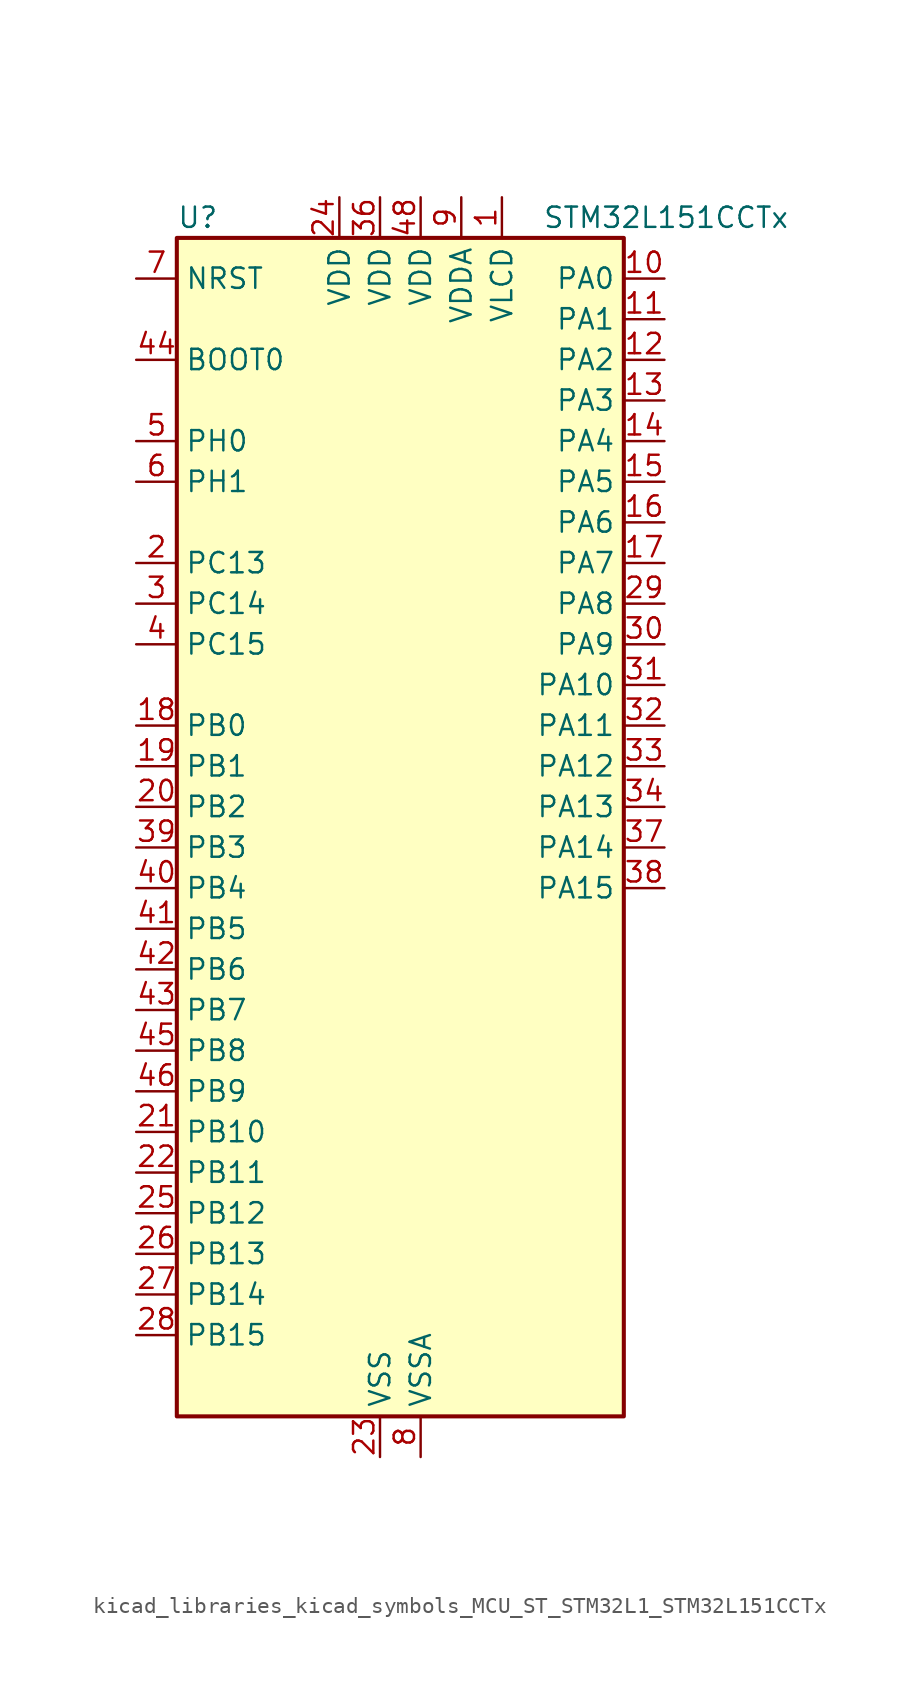
<source format=kicad_sym>
(kicad_symbol_lib
  (version 20220914)
  (generator kicad_symbol_editor)
  (symbol "kicad_libraries_kicad_symbols_MCU_ST_STM32L1_STM32L151CCTx"
    (property "Reference" "U"
      (at -12.7 39.37 0)
      (effects (font (size 1.27 1.27)) (justify left)))
    (property "Value" "STM32L151CCTx"
      (at 10.16 39.37 0)
      (effects (font (size 1.27 1.27)) (justify left)))
    (property "ki_locked" ""
      (at 0 0 0)
      (effects (font (size 1.27 1.27))))
    (symbol "kicad_libraries_kicad_symbols_MCU_ST_STM32L1_STM32L151CCTx_0_1"
      (rectangle (start -12.7 -35.56) (end 15.24 38.1) (stroke (width 0.254) (type default)) (fill (type background))))
    (symbol "kicad_libraries_kicad_symbols_MCU_ST_STM32L1_STM32L151CCTx_1_1"
      (pin power_in line (at 7.62 40.64 270) (length 2.54) (name "VLCD" (effects (font (size 1.27 1.27)))) (number "1" (effects (font (size 1.27 1.27)))))
      (pin bidirectional line (at 17.78 35.56 180) (length 2.54) (name "PA0" (effects (font (size 1.27 1.27)))) (number "10" (effects (font (size 1.27 1.27)))) (alternate "ADC_IN0" bidirectional line) (alternate "COMP1_INP" bidirectional line) (alternate "RTC_TAMP2" bidirectional line) (alternate "SYS_WKUP1" bidirectional line) (alternate "TIM2_CH1" bidirectional line) (alternate "TIM2_ETR" bidirectional line) (alternate "TIM5_CH1" bidirectional line) (alternate "TIMX_IC1" bidirectional line) (alternate "TS_G1_IO1" bidirectional line) (alternate "USART2_CTS" bidirectional line))
      (pin bidirectional line (at 17.78 33.02 180) (length 2.54) (name "PA1" (effects (font (size 1.27 1.27)))) (number "11" (effects (font (size 1.27 1.27)))) (alternate "ADC_IN1" bidirectional line) (alternate "COMP1_INP" bidirectional line) (alternate "OPAMP1_VINP" bidirectional line) (alternate "TIM2_CH2" bidirectional line) (alternate "TIM5_CH2" bidirectional line) (alternate "TIMX_IC2" bidirectional line) (alternate "TS_G1_IO2" bidirectional line) (alternate "USART2_RTS" bidirectional line))
      (pin bidirectional line (at 17.78 30.48 180) (length 2.54) (name "PA2" (effects (font (size 1.27 1.27)))) (number "12" (effects (font (size 1.27 1.27)))) (alternate "ADC_IN2" bidirectional line) (alternate "COMP1_INP" bidirectional line) (alternate "OPAMP1_VINM" bidirectional line) (alternate "TIM2_CH3" bidirectional line) (alternate "TIM5_CH3" bidirectional line) (alternate "TIM9_CH1" bidirectional line) (alternate "TIMX_IC3" bidirectional line) (alternate "TS_G1_IO3" bidirectional line) (alternate "USART2_TX" bidirectional line))
      (pin bidirectional line (at 17.78 27.94 180) (length 2.54) (name "PA3" (effects (font (size 1.27 1.27)))) (number "13" (effects (font (size 1.27 1.27)))) (alternate "ADC_IN3" bidirectional line) (alternate "COMP1_INP" bidirectional line) (alternate "OPAMP1_VOUT" bidirectional line) (alternate "TIM2_CH4" bidirectional line) (alternate "TIM5_CH4" bidirectional line) (alternate "TIM9_CH2" bidirectional line) (alternate "TIMX_IC4" bidirectional line) (alternate "TS_G1_IO4" bidirectional line) (alternate "USART2_RX" bidirectional line))
      (pin bidirectional line (at 17.78 25.4 180) (length 2.54) (name "PA4" (effects (font (size 1.27 1.27)))) (number "14" (effects (font (size 1.27 1.27)))) (alternate "ADC_IN4" bidirectional line) (alternate "COMP1_INP" bidirectional line) (alternate "DAC_OUT1" bidirectional line) (alternate "I2S3_WS" bidirectional line) (alternate "SPI1_NSS" bidirectional line) (alternate "SPI3_NSS" bidirectional line) (alternate "TIMX_IC1" bidirectional line) (alternate "USART2_CK" bidirectional line))
      (pin bidirectional line (at 17.78 22.86 180) (length 2.54) (name "PA5" (effects (font (size 1.27 1.27)))) (number "15" (effects (font (size 1.27 1.27)))) (alternate "ADC_IN5" bidirectional line) (alternate "COMP1_INP" bidirectional line) (alternate "DAC_OUT2" bidirectional line) (alternate "SPI1_SCK" bidirectional line) (alternate "TIM2_CH1" bidirectional line) (alternate "TIM2_ETR" bidirectional line) (alternate "TIMX_IC2" bidirectional line))
      (pin bidirectional line (at 17.78 20.32 180) (length 2.54) (name "PA6" (effects (font (size 1.27 1.27)))) (number "16" (effects (font (size 1.27 1.27)))) (alternate "ADC_IN6" bidirectional line) (alternate "COMP1_INP" bidirectional line) (alternate "OPAMP2_VINP" bidirectional line) (alternate "SPI1_MISO" bidirectional line) (alternate "TIM10_CH1" bidirectional line) (alternate "TIM3_CH1" bidirectional line) (alternate "TIMX_IC3" bidirectional line) (alternate "TS_G2_IO1" bidirectional line))
      (pin bidirectional line (at 17.78 17.78 180) (length 2.54) (name "PA7" (effects (font (size 1.27 1.27)))) (number "17" (effects (font (size 1.27 1.27)))) (alternate "ADC_IN7" bidirectional line) (alternate "COMP1_INP" bidirectional line) (alternate "OPAMP2_VINM" bidirectional line) (alternate "SPI1_MOSI" bidirectional line) (alternate "TIM11_CH1" bidirectional line) (alternate "TIM3_CH2" bidirectional line) (alternate "TIMX_IC4" bidirectional line) (alternate "TS_G2_IO2" bidirectional line))
      (pin bidirectional line (at -15.24 7.62 0) (length 2.54) (name "PB0" (effects (font (size 1.27 1.27)))) (number "18" (effects (font (size 1.27 1.27)))) (alternate "ADC_IN8" bidirectional line) (alternate "COMP1_INP" bidirectional line) (alternate "OPAMP2_VOUT" bidirectional line) (alternate "SYS_V_REF_OUT" bidirectional line) (alternate "TIM3_CH3" bidirectional line) (alternate "TS_G3_IO1" bidirectional line))
      (pin bidirectional line (at -15.24 5.08 0) (length 2.54) (name "PB1" (effects (font (size 1.27 1.27)))) (number "19" (effects (font (size 1.27 1.27)))) (alternate "ADC_IN9" bidirectional line) (alternate "COMP1_INP" bidirectional line) (alternate "SYS_V_REF_OUT" bidirectional line) (alternate "TIM3_CH4" bidirectional line) (alternate "TS_G3_IO2" bidirectional line))
      (pin bidirectional line (at -15.24 17.78 0) (length 2.54) (name "PC13" (effects (font (size 1.27 1.27)))) (number "2" (effects (font (size 1.27 1.27)))) (alternate "RTC_OUT_ALARM" bidirectional line) (alternate "RTC_OUT_CALIB" bidirectional line) (alternate "RTC_TAMP1" bidirectional line) (alternate "RTC_TS" bidirectional line) (alternate "SYS_WKUP2" bidirectional line) (alternate "TIMX_IC2" bidirectional line))
      (pin bidirectional line (at -15.24 2.54 0) (length 2.54) (name "PB2" (effects (font (size 1.27 1.27)))) (number "20" (effects (font (size 1.27 1.27)))) (alternate "TS_G3_IO3" bidirectional line))
      (pin bidirectional line (at -15.24 -17.78 0) (length 2.54) (name "PB10" (effects (font (size 1.27 1.27)))) (number "21" (effects (font (size 1.27 1.27)))) (alternate "I2C2_SCL" bidirectional line) (alternate "TIM2_CH3" bidirectional line) (alternate "USART3_TX" bidirectional line))
      (pin bidirectional line (at -15.24 -20.32 0) (length 2.54) (name "PB11" (effects (font (size 1.27 1.27)))) (number "22" (effects (font (size 1.27 1.27)))) (alternate "ADC_EXTI11" bidirectional line) (alternate "I2C2_SDA" bidirectional line) (alternate "TIM2_CH4" bidirectional line) (alternate "USART3_RX" bidirectional line))
      (pin power_in line (at 0 -38.1 90) (length 2.54) (name "VSS" (effects (font (size 1.27 1.27)))) (number "23" (effects (font (size 1.27 1.27)))))
      (pin power_in line (at -2.54 40.64 270) (length 2.54) (name "VDD" (effects (font (size 1.27 1.27)))) (number "24" (effects (font (size 1.27 1.27)))))
      (pin bidirectional line (at -15.24 -22.86 0) (length 2.54) (name "PB12" (effects (font (size 1.27 1.27)))) (number "25" (effects (font (size 1.27 1.27)))) (alternate "ADC_IN18" bidirectional line) (alternate "COMP1_INP" bidirectional line) (alternate "I2C2_SMBA" bidirectional line) (alternate "I2S2_WS" bidirectional line) (alternate "SPI2_NSS" bidirectional line) (alternate "TIM10_CH1" bidirectional line) (alternate "TS_G7_IO1" bidirectional line) (alternate "USART3_CK" bidirectional line))
      (pin bidirectional line (at -15.24 -25.4 0) (length 2.54) (name "PB13" (effects (font (size 1.27 1.27)))) (number "26" (effects (font (size 1.27 1.27)))) (alternate "ADC_IN19" bidirectional line) (alternate "COMP1_INP" bidirectional line) (alternate "I2S2_CK" bidirectional line) (alternate "SPI2_SCK" bidirectional line) (alternate "TIM9_CH1" bidirectional line) (alternate "TS_G7_IO2" bidirectional line) (alternate "USART3_CTS" bidirectional line))
      (pin bidirectional line (at -15.24 -27.94 0) (length 2.54) (name "PB14" (effects (font (size 1.27 1.27)))) (number "27" (effects (font (size 1.27 1.27)))) (alternate "ADC_IN20" bidirectional line) (alternate "COMP1_INP" bidirectional line) (alternate "SPI2_MISO" bidirectional line) (alternate "TIM9_CH2" bidirectional line) (alternate "TS_G7_IO3" bidirectional line) (alternate "USART3_RTS" bidirectional line))
      (pin bidirectional line (at -15.24 -30.48 0) (length 2.54) (name "PB15" (effects (font (size 1.27 1.27)))) (number "28" (effects (font (size 1.27 1.27)))) (alternate "ADC_EXTI15" bidirectional line) (alternate "ADC_IN21" bidirectional line) (alternate "COMP1_INP" bidirectional line) (alternate "I2S2_SD" bidirectional line) (alternate "RTC_REFIN" bidirectional line) (alternate "SPI2_MOSI" bidirectional line) (alternate "TIM11_CH1" bidirectional line) (alternate "TS_G7_IO4" bidirectional line))
      (pin bidirectional line (at 17.78 15.24 180) (length 2.54) (name "PA8" (effects (font (size 1.27 1.27)))) (number "29" (effects (font (size 1.27 1.27)))) (alternate "RCC_MCO" bidirectional line) (alternate "TIMX_IC1" bidirectional line) (alternate "TS_G4_IO1" bidirectional line) (alternate "USART1_CK" bidirectional line))
      (pin bidirectional line (at -15.24 15.24 0) (length 2.54) (name "PC14" (effects (font (size 1.27 1.27)))) (number "3" (effects (font (size 1.27 1.27)))) (alternate "RCC_OSC32_IN" bidirectional line) (alternate "TIMX_IC3" bidirectional line))
      (pin bidirectional line (at 17.78 12.7 180) (length 2.54) (name "PA9" (effects (font (size 1.27 1.27)))) (number "30" (effects (font (size 1.27 1.27)))) (alternate "DAC_EXTI9" bidirectional line) (alternate "TIMX_IC2" bidirectional line) (alternate "TS_G4_IO2" bidirectional line) (alternate "USART1_TX" bidirectional line))
      (pin bidirectional line (at 17.78 10.16 180) (length 2.54) (name "PA10" (effects (font (size 1.27 1.27)))) (number "31" (effects (font (size 1.27 1.27)))) (alternate "TIMX_IC3" bidirectional line) (alternate "TS_G4_IO3" bidirectional line) (alternate "USART1_RX" bidirectional line))
      (pin bidirectional line (at 17.78 7.62 180) (length 2.54) (name "PA11" (effects (font (size 1.27 1.27)))) (number "32" (effects (font (size 1.27 1.27)))) (alternate "ADC_EXTI11" bidirectional line) (alternate "SPI1_MISO" bidirectional line) (alternate "TIMX_IC4" bidirectional line) (alternate "USART1_CTS" bidirectional line) (alternate "USB_DM" bidirectional line))
      (pin bidirectional line (at 17.78 5.08 180) (length 2.54) (name "PA12" (effects (font (size 1.27 1.27)))) (number "33" (effects (font (size 1.27 1.27)))) (alternate "SPI1_MOSI" bidirectional line) (alternate "TIMX_IC1" bidirectional line) (alternate "USART1_RTS" bidirectional line) (alternate "USB_DP" bidirectional line))
      (pin bidirectional line (at 17.78 2.54 180) (length 2.54) (name "PA13" (effects (font (size 1.27 1.27)))) (number "34" (effects (font (size 1.27 1.27)))) (alternate "SYS_JTMS-SWDIO" bidirectional line) (alternate "TIMX_IC2" bidirectional line) (alternate "TS_G5_IO1" bidirectional line))
      (pin passive line (at 0 -38.1 90) (length 2.54) hide (name "VSS" (effects (font (size 1.27 1.27)))) (number "35" (effects (font (size 1.27 1.27)))))
      (pin power_in line (at 0 40.64 270) (length 2.54) (name "VDD" (effects (font (size 1.27 1.27)))) (number "36" (effects (font (size 1.27 1.27)))))
      (pin bidirectional line (at 17.78 0 180) (length 2.54) (name "PA14" (effects (font (size 1.27 1.27)))) (number "37" (effects (font (size 1.27 1.27)))) (alternate "SYS_JTCK-SWCLK" bidirectional line) (alternate "TIMX_IC3" bidirectional line) (alternate "TS_G5_IO2" bidirectional line))
      (pin bidirectional line (at 17.78 -2.54 180) (length 2.54) (name "PA15" (effects (font (size 1.27 1.27)))) (number "38" (effects (font (size 1.27 1.27)))) (alternate "ADC_EXTI15" bidirectional line) (alternate "I2S3_WS" bidirectional line) (alternate "SPI1_NSS" bidirectional line) (alternate "SPI3_NSS" bidirectional line) (alternate "SYS_JTDI" bidirectional line) (alternate "TIM2_CH1" bidirectional line) (alternate "TIM2_ETR" bidirectional line) (alternate "TIMX_IC4" bidirectional line) (alternate "TS_G5_IO3" bidirectional line))
      (pin bidirectional line (at -15.24 0 0) (length 2.54) (name "PB3" (effects (font (size 1.27 1.27)))) (number "39" (effects (font (size 1.27 1.27)))) (alternate "COMP2_INM" bidirectional line) (alternate "I2S3_CK" bidirectional line) (alternate "SPI1_SCK" bidirectional line) (alternate "SPI3_SCK" bidirectional line) (alternate "SYS_JTDO-TRACESWO" bidirectional line) (alternate "TIM2_CH2" bidirectional line))
      (pin bidirectional line (at -15.24 12.7 0) (length 2.54) (name "PC15" (effects (font (size 1.27 1.27)))) (number "4" (effects (font (size 1.27 1.27)))) (alternate "ADC_EXTI15" bidirectional line) (alternate "RCC_OSC32_OUT" bidirectional line) (alternate "TIMX_IC4" bidirectional line))
      (pin bidirectional line (at -15.24 -2.54 0) (length 2.54) (name "PB4" (effects (font (size 1.27 1.27)))) (number "40" (effects (font (size 1.27 1.27)))) (alternate "COMP2_INP" bidirectional line) (alternate "SPI1_MISO" bidirectional line) (alternate "SPI3_MISO" bidirectional line) (alternate "SYS_JTRST" bidirectional line) (alternate "TIM3_CH1" bidirectional line) (alternate "TS_G6_IO1" bidirectional line))
      (pin bidirectional line (at -15.24 -5.08 0) (length 2.54) (name "PB5" (effects (font (size 1.27 1.27)))) (number "41" (effects (font (size 1.27 1.27)))) (alternate "COMP2_INP" bidirectional line) (alternate "I2C1_SMBA" bidirectional line) (alternate "I2S3_SD" bidirectional line) (alternate "SPI1_MOSI" bidirectional line) (alternate "SPI3_MOSI" bidirectional line) (alternate "TIM3_CH2" bidirectional line) (alternate "TS_G6_IO2" bidirectional line))
      (pin bidirectional line (at -15.24 -7.62 0) (length 2.54) (name "PB6" (effects (font (size 1.27 1.27)))) (number "42" (effects (font (size 1.27 1.27)))) (alternate "COMP2_INP" bidirectional line) (alternate "I2C1_SCL" bidirectional line) (alternate "TIM4_CH1" bidirectional line) (alternate "TS_G6_IO3" bidirectional line) (alternate "USART1_TX" bidirectional line))
      (pin bidirectional line (at -15.24 -10.16 0) (length 2.54) (name "PB7" (effects (font (size 1.27 1.27)))) (number "43" (effects (font (size 1.27 1.27)))) (alternate "COMP2_INP" bidirectional line) (alternate "I2C1_SDA" bidirectional line) (alternate "SYS_PVD_IN" bidirectional line) (alternate "TIM4_CH2" bidirectional line) (alternate "TS_G6_IO4" bidirectional line) (alternate "USART1_RX" bidirectional line))
      (pin input line (at -15.24 30.48 0) (length 2.54) (name "BOOT0" (effects (font (size 1.27 1.27)))) (number "44" (effects (font (size 1.27 1.27)))))
      (pin bidirectional line (at -15.24 -12.7 0) (length 2.54) (name "PB8" (effects (font (size 1.27 1.27)))) (number "45" (effects (font (size 1.27 1.27)))) (alternate "I2C1_SCL" bidirectional line) (alternate "TIM10_CH1" bidirectional line) (alternate "TIM4_CH3" bidirectional line))
      (pin bidirectional line (at -15.24 -15.24 0) (length 2.54) (name "PB9" (effects (font (size 1.27 1.27)))) (number "46" (effects (font (size 1.27 1.27)))) (alternate "DAC_EXTI9" bidirectional line) (alternate "I2C1_SDA" bidirectional line) (alternate "TIM11_CH1" bidirectional line) (alternate "TIM4_CH4" bidirectional line))
      (pin passive line (at 0 -38.1 90) (length 2.54) hide (name "VSS" (effects (font (size 1.27 1.27)))) (number "47" (effects (font (size 1.27 1.27)))))
      (pin power_in line (at 2.54 40.64 270) (length 2.54) (name "VDD" (effects (font (size 1.27 1.27)))) (number "48" (effects (font (size 1.27 1.27)))))
      (pin bidirectional line (at -15.24 25.4 0) (length 2.54) (name "PH0" (effects (font (size 1.27 1.27)))) (number "5" (effects (font (size 1.27 1.27)))) (alternate "RCC_OSC_IN" bidirectional line))
      (pin bidirectional line (at -15.24 22.86 0) (length 2.54) (name "PH1" (effects (font (size 1.27 1.27)))) (number "6" (effects (font (size 1.27 1.27)))) (alternate "RCC_OSC_OUT" bidirectional line))
      (pin input line (at -15.24 35.56 0) (length 2.54) (name "NRST" (effects (font (size 1.27 1.27)))) (number "7" (effects (font (size 1.27 1.27)))))
      (pin power_in line (at 2.54 -38.1 90) (length 2.54) (name "VSSA" (effects (font (size 1.27 1.27)))) (number "8" (effects (font (size 1.27 1.27)))))
      (pin power_in line (at 5.08 40.64 270) (length 2.54) (name "VDDA" (effects (font (size 1.27 1.27)))) (number "9" (effects (font (size 1.27 1.27))))))))
</source>
